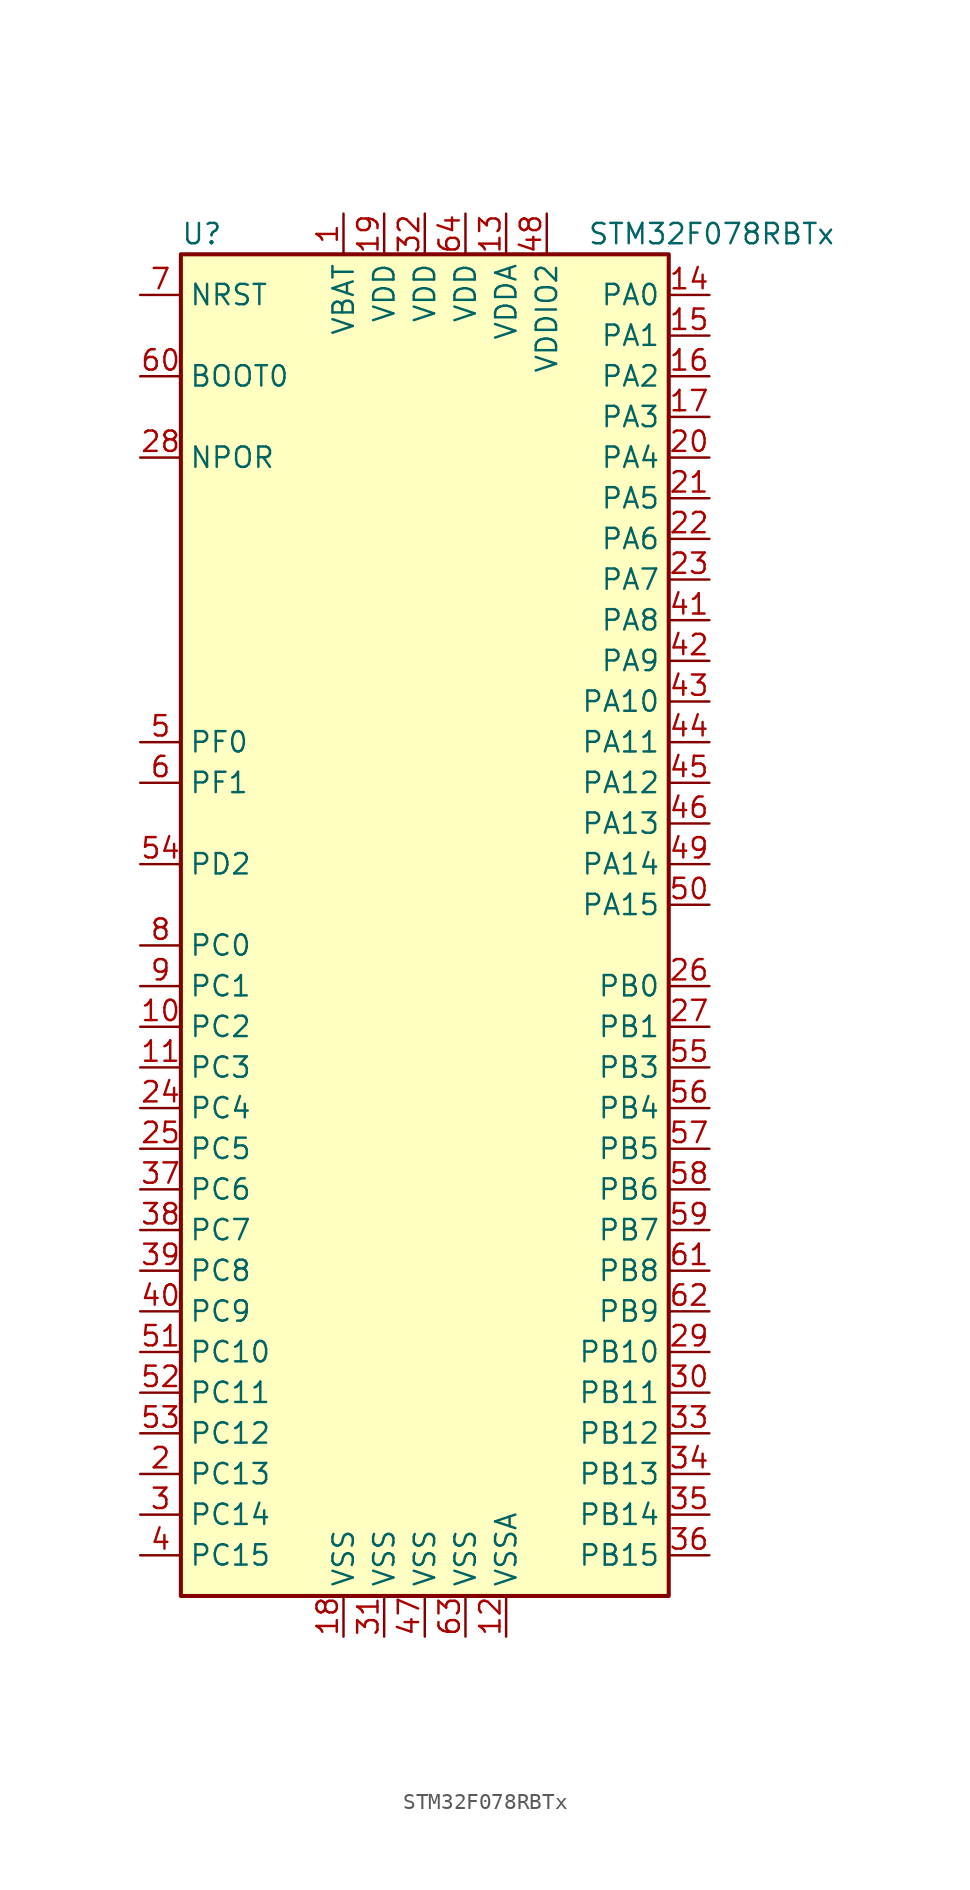
<source format=kicad_sym>
(kicad_symbol_lib
  (version 20211014)
  (generator kicad_symbol_editor)
  (symbol "STM32F078RBTx"
    (property "Reference" "U"
      (at -15.24 41.91 0)
      (effects (font (size 1.27 1.27)) (justify left)))
    (property "Value" "STM32F078RBTx"
      (at 10.16 41.91 0)
      (effects (font (size 1.27 1.27)) (justify left)))
    (symbol "STM32F078RBTx_0_1"
      (rectangle (start -15.24 -43.18) (end 15.24 40.64) (stroke (width 0.254) (type default) (color 0 0 0 0)) (fill (type background))))
    (symbol "STM32F078RBTx_1_1"
      (pin power_in line (at -5.08 43.18 270) (length 2.54) (name "VBAT" (effects (font (size 1.27 1.27)))) (number "1" (effects (font (size 1.27 1.27)))))
      (pin bidirectional line (at -17.78 -7.62 0) (length 2.54) (name "PC2" (effects (font (size 1.27 1.27)))) (number "10" (effects (font (size 1.27 1.27)))))
      (pin bidirectional line (at -17.78 -10.16 0) (length 2.54) (name "PC3" (effects (font (size 1.27 1.27)))) (number "11" (effects (font (size 1.27 1.27)))))
      (pin power_in line (at 5.08 -45.72 90) (length 2.54) (name "VSSA" (effects (font (size 1.27 1.27)))) (number "12" (effects (font (size 1.27 1.27)))))
      (pin power_in line (at 5.08 43.18 270) (length 2.54) (name "VDDA" (effects (font (size 1.27 1.27)))) (number "13" (effects (font (size 1.27 1.27)))))
      (pin bidirectional line (at 17.78 38.1 180) (length 2.54) (name "PA0" (effects (font (size 1.27 1.27)))) (number "14" (effects (font (size 1.27 1.27)))))
      (pin bidirectional line (at 17.78 35.56 180) (length 2.54) (name "PA1" (effects (font (size 1.27 1.27)))) (number "15" (effects (font (size 1.27 1.27)))))
      (pin bidirectional line (at 17.78 33.02 180) (length 2.54) (name "PA2" (effects (font (size 1.27 1.27)))) (number "16" (effects (font (size 1.27 1.27)))))
      (pin bidirectional line (at 17.78 30.48 180) (length 2.54) (name "PA3" (effects (font (size 1.27 1.27)))) (number "17" (effects (font (size 1.27 1.27)))))
      (pin power_in line (at -5.08 -45.72 90) (length 2.54) (name "VSS" (effects (font (size 1.27 1.27)))) (number "18" (effects (font (size 1.27 1.27)))))
      (pin power_in line (at -2.54 43.18 270) (length 2.54) (name "VDD" (effects (font (size 1.27 1.27)))) (number "19" (effects (font (size 1.27 1.27)))))
      (pin bidirectional line (at -17.78 -35.56 0) (length 2.54) (name "PC13" (effects (font (size 1.27 1.27)))) (number "2" (effects (font (size 1.27 1.27)))))
      (pin bidirectional line (at 17.78 27.94 180) (length 2.54) (name "PA4" (effects (font (size 1.27 1.27)))) (number "20" (effects (font (size 1.27 1.27)))))
      (pin bidirectional line (at 17.78 25.4 180) (length 2.54) (name "PA5" (effects (font (size 1.27 1.27)))) (number "21" (effects (font (size 1.27 1.27)))))
      (pin bidirectional line (at 17.78 22.86 180) (length 2.54) (name "PA6" (effects (font (size 1.27 1.27)))) (number "22" (effects (font (size 1.27 1.27)))))
      (pin bidirectional line (at 17.78 20.32 180) (length 2.54) (name "PA7" (effects (font (size 1.27 1.27)))) (number "23" (effects (font (size 1.27 1.27)))))
      (pin bidirectional line (at -17.78 -12.7 0) (length 2.54) (name "PC4" (effects (font (size 1.27 1.27)))) (number "24" (effects (font (size 1.27 1.27)))))
      (pin bidirectional line (at -17.78 -15.24 0) (length 2.54) (name "PC5" (effects (font (size 1.27 1.27)))) (number "25" (effects (font (size 1.27 1.27)))))
      (pin bidirectional line (at 17.78 -5.08 180) (length 2.54) (name "PB0" (effects (font (size 1.27 1.27)))) (number "26" (effects (font (size 1.27 1.27)))))
      (pin bidirectional line (at 17.78 -7.62 180) (length 2.54) (name "PB1" (effects (font (size 1.27 1.27)))) (number "27" (effects (font (size 1.27 1.27)))))
      (pin power_in line (at -17.78 27.94 0) (length 2.54) (name "NPOR" (effects (font (size 1.27 1.27)))) (number "28" (effects (font (size 1.27 1.27)))))
      (pin bidirectional line (at 17.78 -27.94 180) (length 2.54) (name "PB10" (effects (font (size 1.27 1.27)))) (number "29" (effects (font (size 1.27 1.27)))))
      (pin bidirectional line (at -17.78 -38.1 0) (length 2.54) (name "PC14" (effects (font (size 1.27 1.27)))) (number "3" (effects (font (size 1.27 1.27)))))
      (pin bidirectional line (at 17.78 -30.48 180) (length 2.54) (name "PB11" (effects (font (size 1.27 1.27)))) (number "30" (effects (font (size 1.27 1.27)))))
      (pin power_in line (at -2.54 -45.72 90) (length 2.54) (name "VSS" (effects (font (size 1.27 1.27)))) (number "31" (effects (font (size 1.27 1.27)))))
      (pin power_in line (at 0 43.18 270) (length 2.54) (name "VDD" (effects (font (size 1.27 1.27)))) (number "32" (effects (font (size 1.27 1.27)))))
      (pin bidirectional line (at 17.78 -33.02 180) (length 2.54) (name "PB12" (effects (font (size 1.27 1.27)))) (number "33" (effects (font (size 1.27 1.27)))))
      (pin bidirectional line (at 17.78 -35.56 180) (length 2.54) (name "PB13" (effects (font (size 1.27 1.27)))) (number "34" (effects (font (size 1.27 1.27)))))
      (pin bidirectional line (at 17.78 -38.1 180) (length 2.54) (name "PB14" (effects (font (size 1.27 1.27)))) (number "35" (effects (font (size 1.27 1.27)))))
      (pin bidirectional line (at 17.78 -40.64 180) (length 2.54) (name "PB15" (effects (font (size 1.27 1.27)))) (number "36" (effects (font (size 1.27 1.27)))))
      (pin bidirectional line (at -17.78 -17.78 0) (length 2.54) (name "PC6" (effects (font (size 1.27 1.27)))) (number "37" (effects (font (size 1.27 1.27)))))
      (pin bidirectional line (at -17.78 -20.32 0) (length 2.54) (name "PC7" (effects (font (size 1.27 1.27)))) (number "38" (effects (font (size 1.27 1.27)))))
      (pin bidirectional line (at -17.78 -22.86 0) (length 2.54) (name "PC8" (effects (font (size 1.27 1.27)))) (number "39" (effects (font (size 1.27 1.27)))))
      (pin bidirectional line (at -17.78 -40.64 0) (length 2.54) (name "PC15" (effects (font (size 1.27 1.27)))) (number "4" (effects (font (size 1.27 1.27)))))
      (pin bidirectional line (at -17.78 -25.4 0) (length 2.54) (name "PC9" (effects (font (size 1.27 1.27)))) (number "40" (effects (font (size 1.27 1.27)))))
      (pin bidirectional line (at 17.78 17.78 180) (length 2.54) (name "PA8" (effects (font (size 1.27 1.27)))) (number "41" (effects (font (size 1.27 1.27)))))
      (pin bidirectional line (at 17.78 15.24 180) (length 2.54) (name "PA9" (effects (font (size 1.27 1.27)))) (number "42" (effects (font (size 1.27 1.27)))))
      (pin bidirectional line (at 17.78 12.7 180) (length 2.54) (name "PA10" (effects (font (size 1.27 1.27)))) (number "43" (effects (font (size 1.27 1.27)))))
      (pin bidirectional line (at 17.78 10.16 180) (length 2.54) (name "PA11" (effects (font (size 1.27 1.27)))) (number "44" (effects (font (size 1.27 1.27)))))
      (pin bidirectional line (at 17.78 7.62 180) (length 2.54) (name "PA12" (effects (font (size 1.27 1.27)))) (number "45" (effects (font (size 1.27 1.27)))))
      (pin bidirectional line (at 17.78 5.08 180) (length 2.54) (name "PA13" (effects (font (size 1.27 1.27)))) (number "46" (effects (font (size 1.27 1.27)))))
      (pin power_in line (at 0 -45.72 90) (length 2.54) (name "VSS" (effects (font (size 1.27 1.27)))) (number "47" (effects (font (size 1.27 1.27)))))
      (pin power_in line (at 7.62 43.18 270) (length 2.54) (name "VDDIO2" (effects (font (size 1.27 1.27)))) (number "48" (effects (font (size 1.27 1.27)))))
      (pin bidirectional line (at 17.78 2.54 180) (length 2.54) (name "PA14" (effects (font (size 1.27 1.27)))) (number "49" (effects (font (size 1.27 1.27)))))
      (pin input line (at -17.78 10.16 0) (length 2.54) (name "PF0" (effects (font (size 1.27 1.27)))) (number "5" (effects (font (size 1.27 1.27)))))
      (pin bidirectional line (at 17.78 0 180) (length 2.54) (name "PA15" (effects (font (size 1.27 1.27)))) (number "50" (effects (font (size 1.27 1.27)))))
      (pin bidirectional line (at -17.78 -27.94 0) (length 2.54) (name "PC10" (effects (font (size 1.27 1.27)))) (number "51" (effects (font (size 1.27 1.27)))))
      (pin bidirectional line (at -17.78 -30.48 0) (length 2.54) (name "PC11" (effects (font (size 1.27 1.27)))) (number "52" (effects (font (size 1.27 1.27)))))
      (pin bidirectional line (at -17.78 -33.02 0) (length 2.54) (name "PC12" (effects (font (size 1.27 1.27)))) (number "53" (effects (font (size 1.27 1.27)))))
      (pin bidirectional line (at -17.78 2.54 0) (length 2.54) (name "PD2" (effects (font (size 1.27 1.27)))) (number "54" (effects (font (size 1.27 1.27)))))
      (pin bidirectional line (at 17.78 -10.16 180) (length 2.54) (name "PB3" (effects (font (size 1.27 1.27)))) (number "55" (effects (font (size 1.27 1.27)))))
      (pin bidirectional line (at 17.78 -12.7 180) (length 2.54) (name "PB4" (effects (font (size 1.27 1.27)))) (number "56" (effects (font (size 1.27 1.27)))))
      (pin bidirectional line (at 17.78 -15.24 180) (length 2.54) (name "PB5" (effects (font (size 1.27 1.27)))) (number "57" (effects (font (size 1.27 1.27)))))
      (pin bidirectional line (at 17.78 -17.78 180) (length 2.54) (name "PB6" (effects (font (size 1.27 1.27)))) (number "58" (effects (font (size 1.27 1.27)))))
      (pin bidirectional line (at 17.78 -20.32 180) (length 2.54) (name "PB7" (effects (font (size 1.27 1.27)))) (number "59" (effects (font (size 1.27 1.27)))))
      (pin input line (at -17.78 7.62 0) (length 2.54) (name "PF1" (effects (font (size 1.27 1.27)))) (number "6" (effects (font (size 1.27 1.27)))))
      (pin input line (at -17.78 33.02 0) (length 2.54) (name "BOOT0" (effects (font (size 1.27 1.27)))) (number "60" (effects (font (size 1.27 1.27)))))
      (pin bidirectional line (at 17.78 -22.86 180) (length 2.54) (name "PB8" (effects (font (size 1.27 1.27)))) (number "61" (effects (font (size 1.27 1.27)))))
      (pin bidirectional line (at 17.78 -25.4 180) (length 2.54) (name "PB9" (effects (font (size 1.27 1.27)))) (number "62" (effects (font (size 1.27 1.27)))))
      (pin power_in line (at 2.54 -45.72 90) (length 2.54) (name "VSS" (effects (font (size 1.27 1.27)))) (number "63" (effects (font (size 1.27 1.27)))))
      (pin power_in line (at 2.54 43.18 270) (length 2.54) (name "VDD" (effects (font (size 1.27 1.27)))) (number "64" (effects (font (size 1.27 1.27)))))
      (pin input line (at -17.78 38.1 0) (length 2.54) (name "NRST" (effects (font (size 1.27 1.27)))) (number "7" (effects (font (size 1.27 1.27)))))
      (pin bidirectional line (at -17.78 -2.54 0) (length 2.54) (name "PC0" (effects (font (size 1.27 1.27)))) (number "8" (effects (font (size 1.27 1.27)))))
      (pin bidirectional line (at -17.78 -5.08 0) (length 2.54) (name "PC1" (effects (font (size 1.27 1.27)))) (number "9" (effects (font (size 1.27 1.27))))))))
</source>
